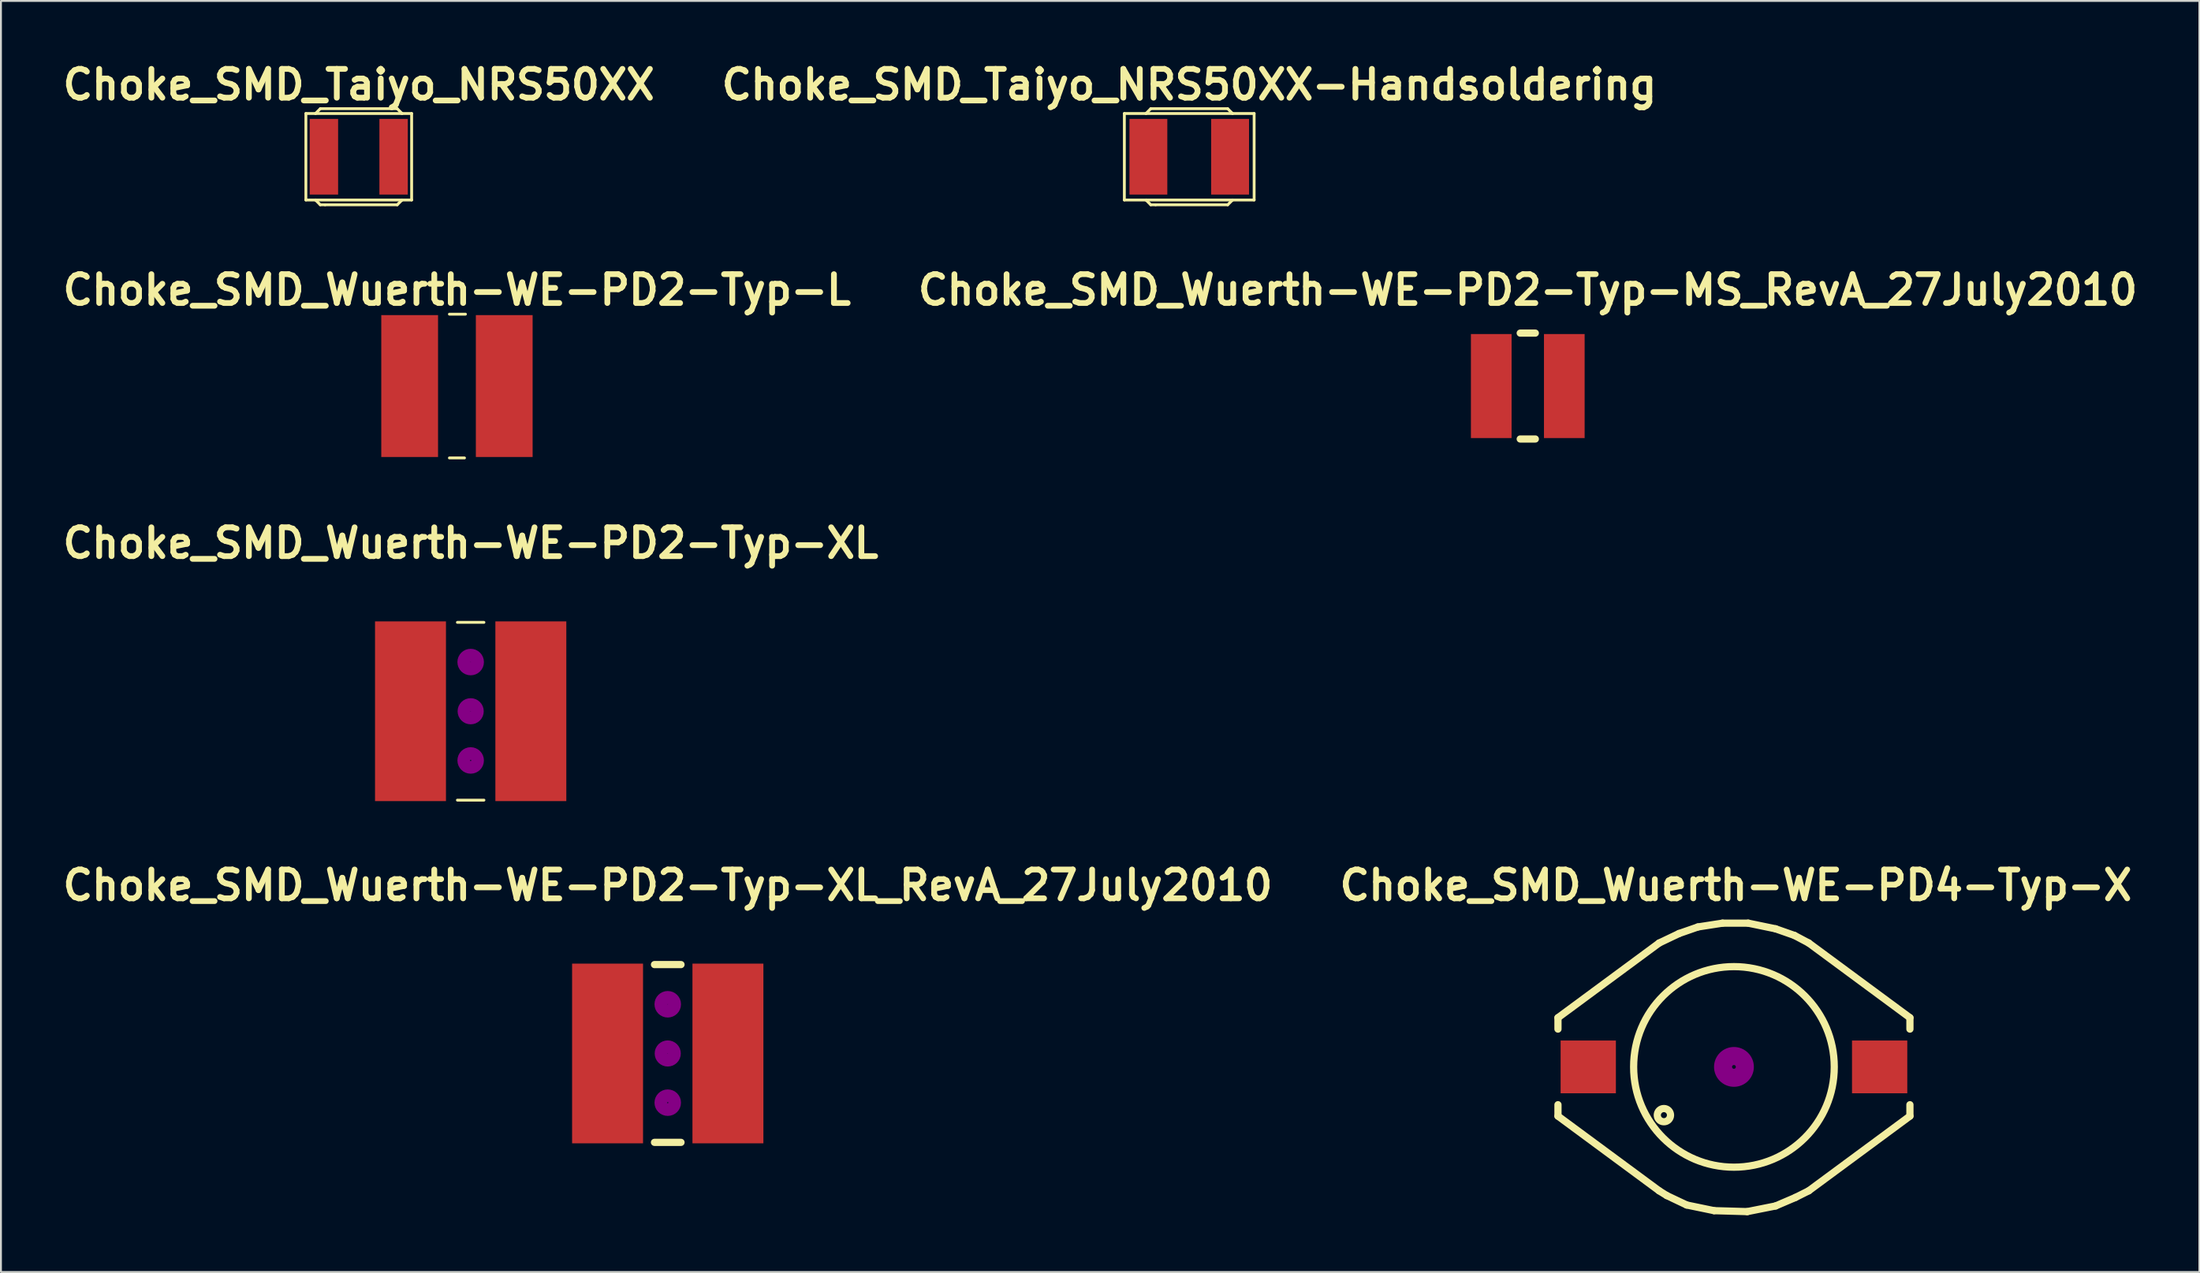
<source format=kicad_pcb>
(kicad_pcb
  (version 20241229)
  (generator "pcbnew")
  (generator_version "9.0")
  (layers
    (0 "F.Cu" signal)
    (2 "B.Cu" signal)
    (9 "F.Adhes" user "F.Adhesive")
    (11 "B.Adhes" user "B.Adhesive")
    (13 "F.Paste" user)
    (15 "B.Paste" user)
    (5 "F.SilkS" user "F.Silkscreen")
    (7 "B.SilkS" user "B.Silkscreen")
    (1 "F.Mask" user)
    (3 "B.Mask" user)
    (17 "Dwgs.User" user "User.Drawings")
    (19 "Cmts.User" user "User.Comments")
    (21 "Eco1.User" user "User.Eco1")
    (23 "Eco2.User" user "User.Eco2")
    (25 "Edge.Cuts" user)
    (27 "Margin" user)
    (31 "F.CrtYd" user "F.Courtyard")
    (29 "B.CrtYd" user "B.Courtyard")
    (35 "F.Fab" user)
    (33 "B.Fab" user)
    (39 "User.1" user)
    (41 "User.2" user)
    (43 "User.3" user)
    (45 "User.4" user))
  (footprint "Choke_SMD_Taiyo_NRS50XX-Handsoldering"
    (layer "F.Cu")
    (at 59.794 5.236)
    (property "Reference" "Choke_SMD_Taiyo_NRS50XX-Handsoldering" (at 0 -3.81 0) (layer "F.SilkS") (effects (font (size 1.524 1.524) (thickness 0.305))))
    (attr smd)
    (fp_line (start -3.429 -2.286) (end -3.429 2.286) (stroke (width 0.15) (type solid)) (layer "F.SilkS"))
    (fp_line (start -3.429 2.286) (end -2.286 2.286) (stroke (width 0.15) (type solid)) (layer "F.SilkS"))
    (fp_line (start -2.286 -2.286) (end -3.429 -2.286) (stroke (width 0.15) (type solid)) (layer "F.SilkS"))
    (fp_line (start -2.286 -2.286) (end -2.032 -2.54) (stroke (width 0.15) (type solid)) (layer "F.SilkS"))
    (fp_line (start -2.286 -2.286) (end 2.286 -2.286) (stroke (width 0.15) (type solid)) (layer "F.SilkS"))
    (fp_line (start -2.286 2.286) (end 2.286 2.286) (stroke (width 0.15) (type solid)) (layer "F.SilkS"))
    (fp_line (start -2.032 -2.54) (end 2.032 -2.54) (stroke (width 0.15) (type solid)) (layer "F.SilkS"))
    (fp_line (start -2.032 2.54) (end -2.286 2.286) (stroke (width 0.15) (type solid)) (layer "F.SilkS"))
    (fp_line (start -1.778 2.54) (end -2.032 2.54) (stroke (width 0.15) (type solid)) (layer "F.SilkS"))
    (fp_line (start 2.032 -2.54) (end 2.286 -2.286) (stroke (width 0.15) (type solid)) (layer "F.SilkS"))
    (fp_line (start 2.032 2.54) (end -1.778 2.54) (stroke (width 0.15) (type solid)) (layer "F.SilkS"))
    (fp_line (start 2.286 -2.286) (end 3.429 -2.286) (stroke (width 0.15) (type solid)) (layer "F.SilkS"))
    (fp_line (start 2.286 2.286) (end 2.032 2.54) (stroke (width 0.15) (type solid)) (layer "F.SilkS"))
    (fp_line (start 3.429 -2.286) (end 3.429 2.286) (stroke (width 0.15) (type solid)) (layer "F.SilkS"))
    (fp_line (start 3.429 2.286) (end 2.286 2.286) (stroke (width 0.15) (type solid)) (layer "F.SilkS"))
    (pad "1" smd rect (at -2.159 0) (size 2 4) (layers "F.Cu" "F.Mask" "F.Paste"))
    (pad "2" smd rect (at 2.159 0) (size 2 4) (layers "F.Cu" "F.Mask" "F.Paste")))
  (footprint "Choke_SMD_Wuerth-WE-PD2-Typ-L"
    (layer "F.Cu")
    (at 21.097 17.358)
    (property "Reference" "Choke_SMD_Wuerth-WE-PD2-Typ-L" (at 0 -5.08 0) (layer "F.SilkS") (effects (font (size 1.524 1.524) (thickness 0.305))))
    (attr smd)
    (fp_line (start -0.399 -3.8) (end 0.45 -3.8) (stroke (width 0.15) (type solid)) (layer "F.SilkS"))
    (fp_line (start -0.399 3.8) (end 0.399 3.8) (stroke (width 0.15) (type solid)) (layer "F.SilkS"))
    (pad "1" smd rect (at -2.499 0) (size 3 7.501) (layers "F.Cu" "F.Mask" "F.Paste"))
    (pad "2" smd rect (at 2.499 0) (size 3 7.501) (layers "F.Cu" "F.Mask" "F.Paste")))
  (footprint "Choke_SMD_Wuerth-WE-PD4-Typ-X"
    (layer "F.Cu")
    (at 88.578 53.35)
    (property "Reference" "Choke_SMD_Wuerth-WE-PD4-Typ-X" (at 0.1 -9.6 0) (layer "F.SilkS") (effects (font (size 1.524 1.524) (thickness 0.305))))
    (attr through_hole)
    (fp_line (start -9.299 -2.601) (end -9.299 -1.999) (stroke (width 0.381) (type solid)) (layer "F.SilkS"))
    (fp_line (start -9.299 -2.601) (end -3.95 -6.551) (stroke (width 0.381) (type solid)) (layer "F.SilkS"))
    (fp_line (start -9.299 1.999) (end -9.299 2.601) (stroke (width 0.381) (type solid)) (layer "F.SilkS"))
    (fp_line (start -9.299 2.601) (end -3.95 6.551) (stroke (width 0.381) (type solid)) (layer "F.SilkS"))
    (fp_line (start -3.95 -6.551) (end -2.901 -7.051) (stroke (width 0.381) (type solid)) (layer "F.SilkS"))
    (fp_line (start -3.551 6.8) (end -3.95 6.551) (stroke (width 0.381) (type solid)) (layer "F.SilkS"))
    (fp_line (start -2.901 -7.051) (end -1.9 -7.399) (stroke (width 0.381) (type solid)) (layer "F.SilkS"))
    (fp_line (start -2.499 7.3) (end -3.551 6.8) (stroke (width 0.381) (type solid)) (layer "F.SilkS"))
    (fp_line (start -1.9 -7.399) (end -0.599 -7.6) (stroke (width 0.381) (type solid)) (layer "F.SilkS"))
    (fp_line (start -1.049 7.6) (end -2.499 7.3) (stroke (width 0.381) (type solid)) (layer "F.SilkS"))
    (fp_line (start -0.599 -7.6) (end 0.749 -7.6) (stroke (width 0.381) (type solid)) (layer "F.SilkS"))
    (fp_line (start 0.701 7.65) (end -1.049 7.6) (stroke (width 0.381) (type solid)) (layer "F.SilkS"))
    (fp_line (start 0.749 -7.6) (end 2.2 -7.3) (stroke (width 0.381) (type solid)) (layer "F.SilkS"))
    (fp_line (start 2.2 -7.3) (end 3.2 -6.949) (stroke (width 0.381) (type solid)) (layer "F.SilkS"))
    (fp_line (start 2.2 7.351) (end 0.701 7.65) (stroke (width 0.381) (type solid)) (layer "F.SilkS"))
    (fp_line (start 3.2 -6.949) (end 3.95 -6.551) (stroke (width 0.381) (type solid)) (layer "F.SilkS"))
    (fp_line (start 3.251 6.901) (end 2.2 7.351) (stroke (width 0.381) (type solid)) (layer "F.SilkS"))
    (fp_line (start 3.95 -6.551) (end 9.299 -2.601) (stroke (width 0.381) (type solid)) (layer "F.SilkS"))
    (fp_line (start 3.95 6.551) (end 3.251 6.901) (stroke (width 0.381) (type solid)) (layer "F.SilkS"))
    (fp_line (start 9.299 -1.999) (end 9.299 -2.601) (stroke (width 0.381) (type solid)) (layer "F.SilkS"))
    (fp_line (start 9.299 1.999) (end 9.299 2.601) (stroke (width 0.381) (type solid)) (layer "F.SilkS"))
    (fp_line (start 9.299 2.601) (end 3.95 6.551) (stroke (width 0.381) (type solid)) (layer "F.SilkS"))
    (fp_circle (center -3.701 2.55) (end -3.701 2.2) (stroke (width 0.381) (type solid)) (fill no) (layer "F.SilkS"))
    (fp_circle (center 0 0) (end 0 -5.301) (stroke (width 0.381) (type solid)) (fill no) (layer "F.SilkS"))
    (fp_circle (center 0 0) (end 0.1 0) (stroke (width 0.305) (type solid)) (fill no) (layer "F.Adhes"))
    (fp_circle (center 0 0) (end 0.3 0) (stroke (width 0.305) (type solid)) (fill no) (layer "F.Adhes"))
    (fp_circle (center 0 0) (end 0.5 0) (stroke (width 0.305) (type solid)) (fill no) (layer "F.Adhes"))
    (fp_circle (center 0 0) (end 0.7 0) (stroke (width 0.305) (type solid)) (fill no) (layer "F.Adhes"))
    (fp_circle (center 0 0) (end 0.9 0) (stroke (width 0.305) (type solid)) (fill no) (layer "F.Adhes"))
    (pad "1" smd rect (at -7.699 0 90) (size 2.789 2.921) (layers "F.Cu" "F.Mask" "F.Paste"))
    (pad "2" smd rect (at 7.699 0 90) (size 2.789 2.921) (layers "F.Cu" "F.Mask" "F.Paste")))
  (footprint "Choke_SMD_Taiyo_NRS50XX"
    (layer "F.Cu")
    (at 15.908 5.236)
    (property "Reference" "Choke_SMD_Taiyo_NRS50XX" (at 0 -3.81 0) (layer "F.SilkS") (effects (font (size 1.524 1.524) (thickness 0.305))))
    (attr smd)
    (fp_line (start -2.794 -2.286) (end -2.794 2.286) (stroke (width 0.15) (type solid)) (layer "F.SilkS"))
    (fp_line (start -2.794 2.286) (end -2.286 2.286) (stroke (width 0.15) (type solid)) (layer "F.SilkS"))
    (fp_line (start -2.286 -2.286) (end -2.794 -2.286) (stroke (width 0.15) (type solid)) (layer "F.SilkS"))
    (fp_line (start -2.286 -2.286) (end -2.032 -2.54) (stroke (width 0.15) (type solid)) (layer "F.SilkS"))
    (fp_line (start -2.286 -2.286) (end 2.286 -2.286) (stroke (width 0.15) (type solid)) (layer "F.SilkS"))
    (fp_line (start -2.286 2.286) (end 2.286 2.286) (stroke (width 0.15) (type solid)) (layer "F.SilkS"))
    (fp_line (start -2.032 -2.54) (end 2.032 -2.54) (stroke (width 0.15) (type solid)) (layer "F.SilkS"))
    (fp_line (start -2.032 2.54) (end -2.286 2.286) (stroke (width 0.15) (type solid)) (layer "F.SilkS"))
    (fp_line (start -1.778 2.54) (end -2.032 2.54) (stroke (width 0.15) (type solid)) (layer "F.SilkS"))
    (fp_line (start 2.032 -2.54) (end 2.286 -2.286) (stroke (width 0.15) (type solid)) (layer "F.SilkS"))
    (fp_line (start 2.032 2.54) (end -1.778 2.54) (stroke (width 0.15) (type solid)) (layer "F.SilkS"))
    (fp_line (start 2.286 -2.286) (end 2.794 -2.286) (stroke (width 0.15) (type solid)) (layer "F.SilkS"))
    (fp_line (start 2.286 2.286) (end 2.032 2.54) (stroke (width 0.15) (type solid)) (layer "F.SilkS"))
    (fp_line (start 2.794 -2.286) (end 2.794 2.286) (stroke (width 0.15) (type solid)) (layer "F.SilkS"))
    (fp_line (start 2.794 2.286) (end 2.286 2.286) (stroke (width 0.15) (type solid)) (layer "F.SilkS"))
    (pad "1" smd rect (at -1.841 0) (size 1.5 4) (layers "F.Cu" "F.Mask" "F.Paste"))
    (pad "2" smd rect (at 1.841 0) (size 1.5 4) (layers "F.Cu" "F.Mask" "F.Paste")))
  (footprint "Choke_SMD_Wuerth-WE-PD2-Typ-MS_RevA_27July2010"
    (layer "F.Cu")
    (at 77.683 17.358)
    (property "Reference" "Choke_SMD_Wuerth-WE-PD2-Typ-MS_RevA_27July2010" (at 0 -5.08 0) (layer "F.SilkS") (effects (font (size 1.524 1.524) (thickness 0.305))))
    (attr smd)
    (fp_line (start -0.399 -2.799) (end 0.399 -2.799) (stroke (width 0.381) (type solid)) (layer "F.SilkS"))
    (fp_line (start -0.399 2.799) (end 0.399 2.799) (stroke (width 0.381) (type solid)) (layer "F.SilkS"))
    (pad "1" smd rect (at -1.93 0) (size 2.149 5.499) (layers "F.Cu" "F.Mask" "F.Paste"))
    (pad "2" smd rect (at 1.93 0) (size 2.149 5.499) (layers "F.Cu" "F.Mask" "F.Paste")))
  (footprint "Choke_SMD_Wuerth-WE-PD2-Typ-XL"
    (layer "F.Cu")
    (at 21.822 34.549)
    (property "Reference" "Choke_SMD_Wuerth-WE-PD2-Typ-XL" (at 0 -8.89 0) (layer "F.SilkS") (effects (font (size 1.524 1.524) (thickness 0.305))))
    (attr smd)
    (fp_line (start -0.701 -4.699) (end 0.701 -4.699) (stroke (width 0.15) (type solid)) (layer "F.SilkS"))
    (fp_line (start -0.701 4.699) (end 0.701 4.699) (stroke (width 0.15) (type solid)) (layer "F.SilkS"))
    (fp_circle (center 0 -2.601) (end 0.201 -2.601) (stroke (width 0.381) (type solid)) (fill no) (layer "F.Adhes"))
    (fp_circle (center 0 -2.601) (end 0.5 -2.499) (stroke (width 0.381) (type solid)) (fill no) (layer "F.Adhes"))
    (fp_circle (center 0 0) (end 0.201 0) (stroke (width 0.381) (type solid)) (fill no) (layer "F.Adhes"))
    (fp_circle (center 0 0) (end 0.5 0) (stroke (width 0.381) (type solid)) (fill no) (layer "F.Adhes"))
    (fp_circle (center 0 2.601) (end 0.099 2.799) (stroke (width 0.381) (type solid)) (fill no) (layer "F.Adhes"))
    (fp_circle (center 0 2.601) (end 0.5 2.7) (stroke (width 0.381) (type solid)) (fill no) (layer "F.Adhes"))
    (pad "1" smd rect (at -3.18 0) (size 3.749 9.5) (layers "F.Cu" "F.Mask" "F.Paste"))
    (pad "2" smd rect (at 3.18 0) (size 3.749 9.5) (layers "F.Cu" "F.Mask" "F.Paste")))
  (footprint "Choke_SMD_Wuerth-WE-PD2-Typ-XL_RevA_27July2010"
    (layer "F.Cu")
    (at 32.236 52.64)
    (property "Reference" "Choke_SMD_Wuerth-WE-PD2-Typ-XL_RevA_27July2010" (at 0 -8.89 0) (layer "F.SilkS") (effects (font (size 1.524 1.524) (thickness 0.305))))
    (attr smd)
    (fp_line (start -0.701 -4.699) (end 0.701 -4.699) (stroke (width 0.381) (type solid)) (layer "F.SilkS"))
    (fp_line (start -0.701 4.699) (end 0.701 4.699) (stroke (width 0.381) (type solid)) (layer "F.SilkS"))
    (fp_circle (center 0 -2.601) (end 0.201 -2.601) (stroke (width 0.381) (type solid)) (fill no) (layer "F.Adhes"))
    (fp_circle (center 0 -2.601) (end 0.5 -2.499) (stroke (width 0.381) (type solid)) (fill no) (layer "F.Adhes"))
    (fp_circle (center 0 0) (end 0.201 0) (stroke (width 0.381) (type solid)) (fill no) (layer "F.Adhes"))
    (fp_circle (center 0 0) (end 0.5 0) (stroke (width 0.381) (type solid)) (fill no) (layer "F.Adhes"))
    (fp_circle (center 0 2.601) (end 0.099 2.799) (stroke (width 0.381) (type solid)) (fill no) (layer "F.Adhes"))
    (fp_circle (center 0 2.601) (end 0.5 2.7) (stroke (width 0.381) (type solid)) (fill no) (layer "F.Adhes"))
    (pad "1" smd rect (at -3.18 0) (size 3.749 9.5) (layers "F.Cu" "F.Mask" "F.Paste"))
    (pad "2" smd rect (at 3.18 0) (size 3.749 9.5) (layers "F.Cu" "F.Mask" "F.Paste")))
  (gr_rect
    (start -3 -3)
    (end 113.173 64.191)
    (stroke (width 0.1) (type default))
    (fill no)
    (layer "Edge.Cuts")))
</source>
